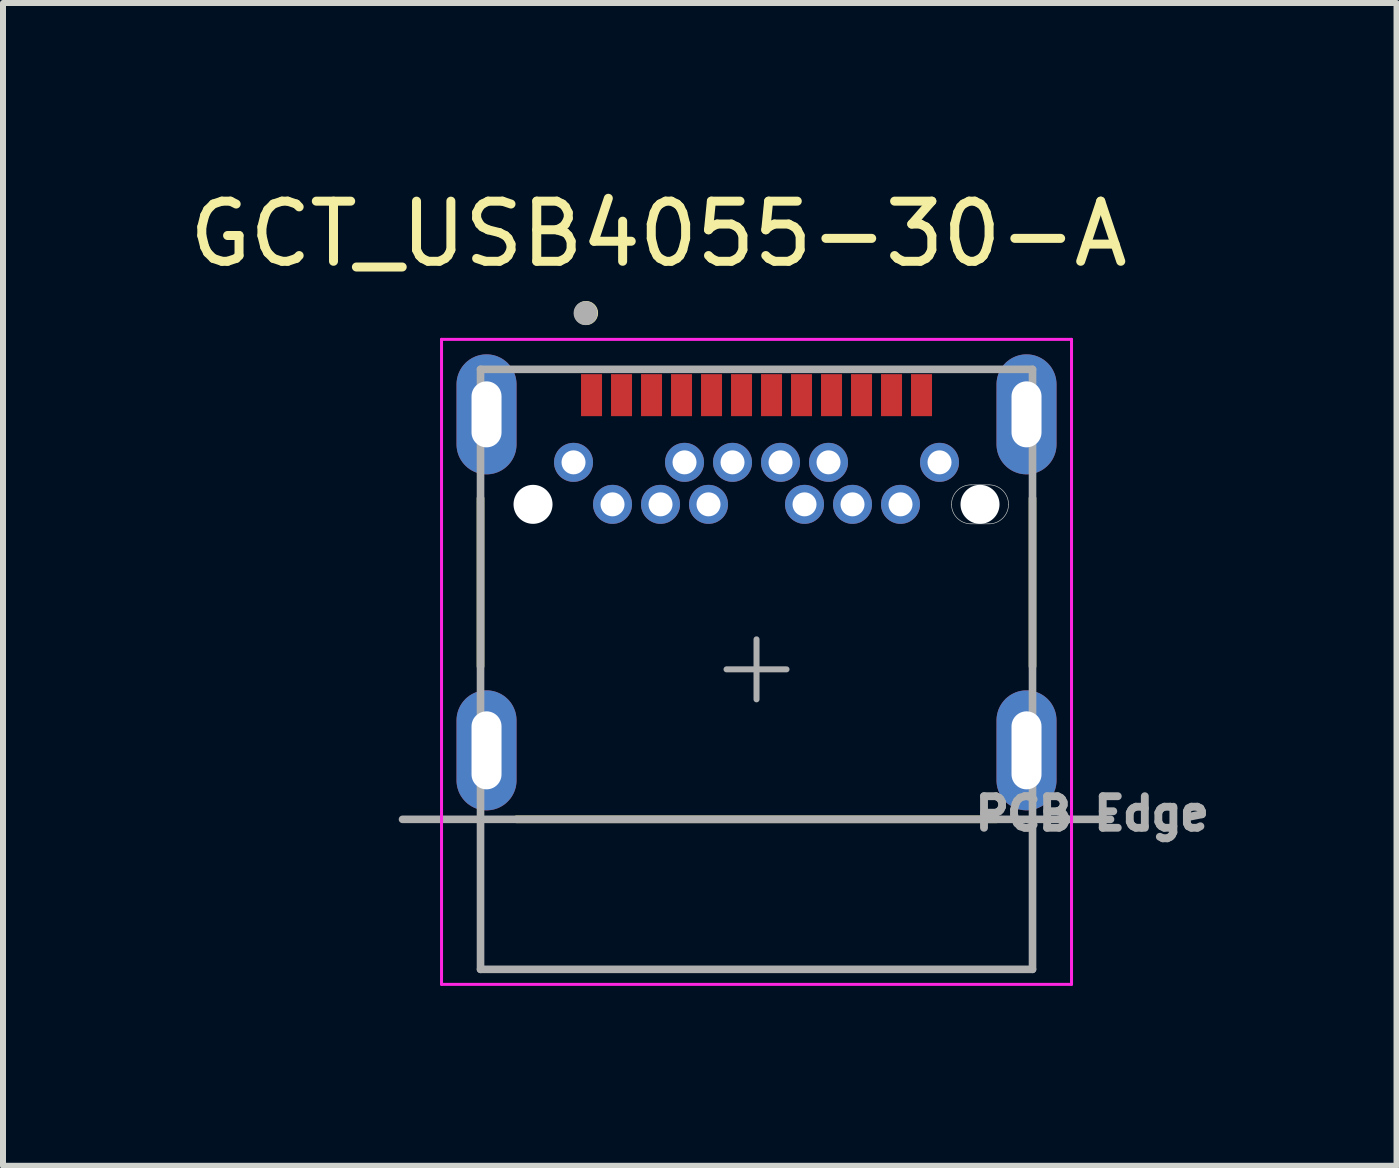
<source format=kicad_pcb>
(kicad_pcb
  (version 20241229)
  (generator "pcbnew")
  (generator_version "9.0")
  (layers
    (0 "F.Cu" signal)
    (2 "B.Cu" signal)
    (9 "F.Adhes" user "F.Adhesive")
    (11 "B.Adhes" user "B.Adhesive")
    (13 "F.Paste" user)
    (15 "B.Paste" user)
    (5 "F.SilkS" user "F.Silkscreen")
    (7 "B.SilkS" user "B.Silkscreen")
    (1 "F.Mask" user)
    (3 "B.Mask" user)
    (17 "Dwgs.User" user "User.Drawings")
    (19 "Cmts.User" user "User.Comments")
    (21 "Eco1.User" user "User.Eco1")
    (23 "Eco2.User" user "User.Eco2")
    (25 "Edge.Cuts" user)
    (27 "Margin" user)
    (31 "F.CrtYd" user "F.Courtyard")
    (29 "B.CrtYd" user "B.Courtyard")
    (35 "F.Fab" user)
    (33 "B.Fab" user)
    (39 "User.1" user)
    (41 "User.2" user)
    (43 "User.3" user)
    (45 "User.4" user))
  (footprint "GCT_USB4055-30-A"
    (layer "F.Cu")
    (at 9.559 8.106)
    (property "Reference" "GCT_USB4055-30-A" (at -1.635 -7.257 0) (layer "F.SilkS") (effects (font (size 1.002 1.002) (thickness 0.15))))
    (attr through_hole)
    (fp_line (start -4.6 -2.85) (end -4.6 -0.05) (stroke (width 0.127) (type solid)) (layer "F.SilkS"))
    (fp_line (start -4 2.5) (end 4 2.5) (stroke (width 0.127) (type solid)) (layer "F.SilkS"))
    (fp_line (start 4.6 -0.05) (end 4.6 -2.85) (stroke (width 0.127) (type solid)) (layer "F.SilkS"))
    (fp_circle (center -2.841 -5.939) (end -2.741 -5.939) (stroke (width 0.2) (type solid)) (fill no) (layer "F.SilkS"))
    (fp_line (start 3.575 -3.075) (end 3.875 -3.075) (stroke (width 0.01) (type solid)) (layer "Edge.Cuts"))
    (fp_line (start 3.875 -2.425) (end 3.575 -2.425) (stroke (width 0.01) (type solid)) (layer "Edge.Cuts"))
    (fp_arc (start 3.25 -2.75) (mid 3.34519 -2.97981) (end 3.575 -3.075) (stroke (width 0.01) (type solid)) (layer "Edge.Cuts"))
    (fp_arc (start 3.575 -2.425) (mid 3.34519 -2.52019) (end 3.25 -2.75) (stroke (width 0.01) (type solid)) (layer "Edge.Cuts"))
    (fp_arc (start 3.875 -3.075) (mid 4.10481 -2.97981) (end 4.2 -2.75) (stroke (width 0.01) (type solid)) (layer "Edge.Cuts"))
    (fp_arc (start 4.2 -2.75) (mid 4.10481 -2.52019) (end 3.875 -2.425) (stroke (width 0.01) (type solid)) (layer "Edge.Cuts"))
    (fp_line (start -5.25 -5.5) (end 5.25 -5.5) (stroke (width 0.05) (type solid)) (layer "F.CrtYd"))
    (fp_line (start -5.25 5.25) (end -5.25 -5.5) (stroke (width 0.05) (type solid)) (layer "F.CrtYd"))
    (fp_line (start -5.25 5.25) (end 5.25 5.25) (stroke (width 0.05) (type solid)) (layer "F.CrtYd"))
    (fp_line (start 5.25 5.25) (end 5.25 -5.5) (stroke (width 0.05) (type solid)) (layer "F.CrtYd"))
    (fp_line (start -5.9 2.5) (end 5.9 2.5) (stroke (width 0.127) (type solid)) (layer "F.Fab"))
    (fp_line (start -4.6 -5) (end 4.6 -5) (stroke (width 0.127) (type solid)) (layer "F.Fab"))
    (fp_line (start -4.6 5) (end -4.6 -5) (stroke (width 0.127) (type solid)) (layer "F.Fab"))
    (fp_line (start -4.6 5) (end 4.6 5) (stroke (width 0.127) (type solid)) (layer "F.Fab"))
    (fp_line (start -0.5 0) (end 0.5 0) (stroke (width 0.1) (type solid)) (layer "F.Fab"))
    (fp_line (start 0 0.5) (end 0 -0.5) (stroke (width 0.1) (type solid)) (layer "F.Fab"))
    (fp_line (start 4.6 5) (end 4.6 -5) (stroke (width 0.127) (type solid)) (layer "F.Fab"))
    (fp_circle (center -2.849 -5.937) (end -2.749 -5.937) (stroke (width 0.2) (type solid)) (fill no) (layer "F.Fab"))
    (fp_text user "PCB Edge" (at 5.595 2.404 0) (layer "F.Fab") (effects (font (size 0.526 0.526) (thickness 0.131))))
    (pad "" np_thru_hole circle (at -3.725 -2.75) (size 0.65 0.65) (drill 0.65) (layers "*.Cu" "*.Mask"))
    (pad "" np_thru_hole circle (at 3.725 -2.75) (size 0.65 0.65) (drill 0.65) (layers "*.Cu" "*.Mask"))
    (pad "A1" smd rect (at -2.75 -4.57 180) (size 0.35 0.7) (layers "F.Cu" "F.Mask" "F.Paste"))
    (pad "A2" smd rect (at -2.25 -4.57 180) (size 0.35 0.7) (layers "F.Cu" "F.Mask" "F.Paste"))
    (pad "A3" smd rect (at -1.75 -4.57 180) (size 0.35 0.7) (layers "F.Cu" "F.Mask" "F.Paste"))
    (pad "A4" smd rect (at -1.25 -4.57 180) (size 0.35 0.7) (layers "F.Cu" "F.Mask" "F.Paste"))
    (pad "A5" smd rect (at -0.75 -4.57 180) (size 0.35 0.7) (layers "F.Cu" "F.Mask" "F.Paste"))
    (pad "A6" smd rect (at -0.25 -4.57 180) (size 0.35 0.7) (layers "F.Cu" "F.Mask" "F.Paste"))
    (pad "A7" smd rect (at 0.25 -4.57 180) (size 0.35 0.7) (layers "F.Cu" "F.Mask" "F.Paste"))
    (pad "A8" smd rect (at 0.75 -4.57 180) (size 0.35 0.7) (layers "F.Cu" "F.Mask" "F.Paste"))
    (pad "A9" smd rect (at 1.25 -4.57 180) (size 0.35 0.7) (layers "F.Cu" "F.Mask" "F.Paste"))
    (pad "A10" smd rect (at 1.75 -4.57 180) (size 0.35 0.7) (layers "F.Cu" "F.Mask" "F.Paste"))
    (pad "A11" smd rect (at 2.25 -4.57 180) (size 0.35 0.7) (layers "F.Cu" "F.Mask" "F.Paste"))
    (pad "A12" smd rect (at 2.75 -4.57 180) (size 0.35 0.7) (layers "F.Cu" "F.Mask" "F.Paste"))
    (pad "B1" thru_hole circle (at 3.05 -3.45) (size 0.65 0.65) (drill 0.4) (layers "*.Cu" "*.Mask"))
    (pad "B2" thru_hole circle (at 2.4 -2.75) (size 0.65 0.65) (drill 0.4) (layers "*.Cu" "*.Mask"))
    (pad "B3" thru_hole circle (at 1.6 -2.75) (size 0.65 0.65) (drill 0.4) (layers "*.Cu" "*.Mask"))
    (pad "B4" thru_hole circle (at 1.2 -3.45) (size 0.65 0.65) (drill 0.4) (layers "*.Cu" "*.Mask"))
    (pad "B5" thru_hole circle (at 0.8 -2.75) (size 0.65 0.65) (drill 0.4) (layers "*.Cu" "*.Mask"))
    (pad "B6" thru_hole circle (at 0.4 -3.45) (size 0.65 0.65) (drill 0.4) (layers "*.Cu" "*.Mask"))
    (pad "B7" thru_hole circle (at -0.4 -3.45) (size 0.65 0.65) (drill 0.4) (layers "*.Cu" "*.Mask"))
    (pad "B8" thru_hole circle (at -0.8 -2.75) (size 0.65 0.65) (drill 0.4) (layers "*.Cu" "*.Mask"))
    (pad "B9" thru_hole circle (at -1.2 -3.45) (size 0.65 0.65) (drill 0.4) (layers "*.Cu" "*.Mask"))
    (pad "B10" thru_hole circle (at -1.6 -2.75) (size 0.65 0.65) (drill 0.4) (layers "*.Cu" "*.Mask"))
    (pad "B11" thru_hole circle (at -2.4 -2.75) (size 0.65 0.65) (drill 0.4) (layers "*.Cu" "*.Mask"))
    (pad "B12" thru_hole circle (at -3.05 -3.45) (size 0.65 0.65) (drill 0.4) (layers "*.Cu" "*.Mask"))
    (pad "S1" thru_hole oval (at -4.5 -4.25) (size 1 2) (drill oval 0.5 1.1) (layers "*.Cu" "*.Mask"))
    (pad "S2" thru_hole oval (at 4.5 -4.25) (size 1 2) (drill oval 0.5 1.1) (layers "*.Cu" "*.Mask"))
    (pad "S3" thru_hole oval (at -4.5 1.35) (size 1 2) (drill oval 0.5 1.3) (layers "*.Cu" "*.Mask"))
    (pad "S4" thru_hole oval (at 4.5 1.35) (size 1 2) (drill oval 0.5 1.3) (layers "*.Cu" "*.Mask")))
  (gr_rect
    (start -3 -3)
    (end 20.226 16.381)
    (stroke (width 0.1) (type default))
    (fill no)
    (layer "Edge.Cuts")))
</source>
